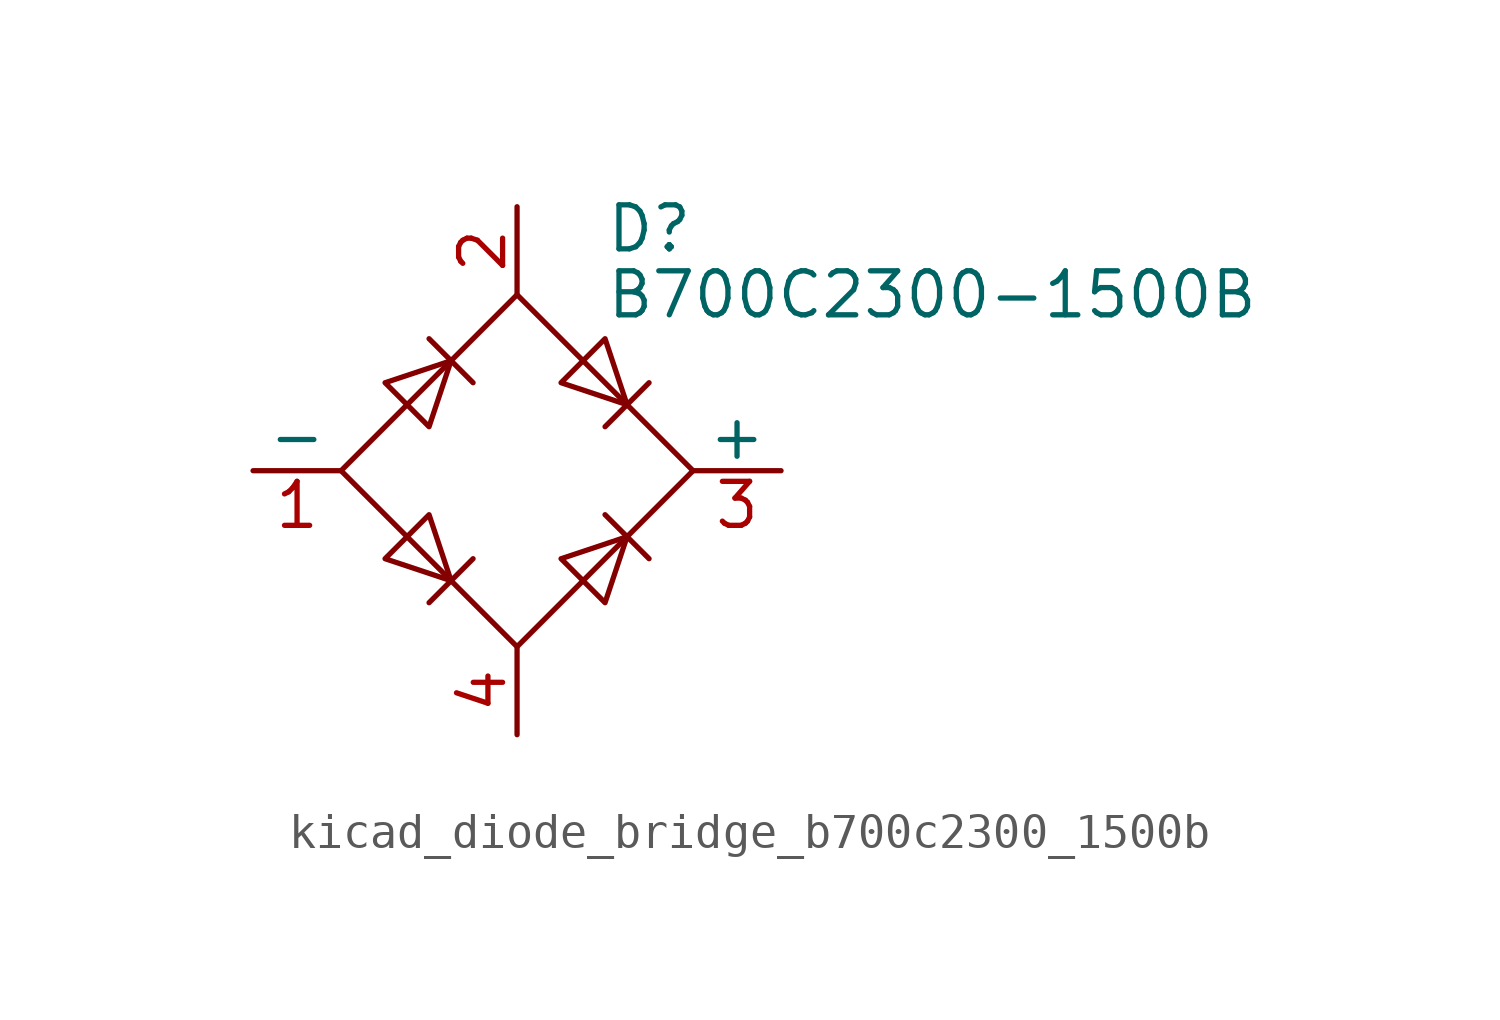
<source format=kicad_sym>
(kicad_symbol_lib
  (version 20220914)
  (generator kicad_symbol_editor)
  (symbol "kicad_diode_bridge_b700c2300_1500b"
    (pin_names
      (offset 0))
    (property "Reference" "D"
      (at 2.54 6.985 0)
      (effects (font (size 1.27 1.27)) (justify left)))
    (property "Value" "B700C2300-1500B"
      (at 2.54 5.08 0)
      (effects (font (size 1.27 1.27)) (justify left)))
    (symbol "kicad_diode_bridge_b700c2300_1500b_0_1"
      (polyline (pts (xy -2.54 3.81) (xy -1.27 2.54)) (stroke (width 0) (type default)) (fill (type none)))
      (polyline (pts (xy -1.27 -2.54) (xy -2.54 -3.81)) (stroke (width 0) (type default)) (fill (type none)))
      (polyline (pts (xy 2.54 -1.27) (xy 3.81 -2.54)) (stroke (width 0) (type default)) (fill (type none)))
      (polyline (pts (xy 2.54 1.27) (xy 3.81 2.54)) (stroke (width 0) (type default)) (fill (type none)))
      (polyline (pts (xy -3.81 2.54) (xy -2.54 1.27) (xy -1.905 3.175) (xy -3.81 2.54)) (stroke (width 0) (type default)) (fill (type none)))
      (polyline (pts (xy -2.54 -1.27) (xy -3.81 -2.54) (xy -1.905 -3.175) (xy -2.54 -1.27)) (stroke (width 0) (type default)) (fill (type none)))
      (polyline (pts (xy 1.27 2.54) (xy 2.54 3.81) (xy 3.175 1.905) (xy 1.27 2.54)) (stroke (width 0) (type default)) (fill (type none)))
      (polyline (pts (xy 3.175 -1.905) (xy 1.27 -2.54) (xy 2.54 -3.81) (xy 3.175 -1.905)) (stroke (width 0) (type default)) (fill (type none)))
      (polyline (pts (xy -5.08 0) (xy 0 -5.08) (xy 5.08 0) (xy 0 5.08) (xy -5.08 0)) (stroke (width 0) (type default)) (fill (type none))))
    (symbol "kicad_diode_bridge_b700c2300_1500b_1_1"
      (pin passive line (at -7.62 0 0) (length 2.54) (name "-" (effects (font (size 1.27 1.27)))) (number "1" (effects (font (size 1.27 1.27)))))
      (pin passive line (at 0 7.62 270) (length 2.54) (name "~" (effects (font (size 1.27 1.27)))) (number "2" (effects (font (size 1.27 1.27)))))
      (pin passive line (at 7.62 0 180) (length 2.54) (name "+" (effects (font (size 1.27 1.27)))) (number "3" (effects (font (size 1.27 1.27)))))
      (pin passive line (at 0 -7.62 90) (length 2.54) (name "~" (effects (font (size 1.27 1.27)))) (number "4" (effects (font (size 1.27 1.27))))))))
</source>
